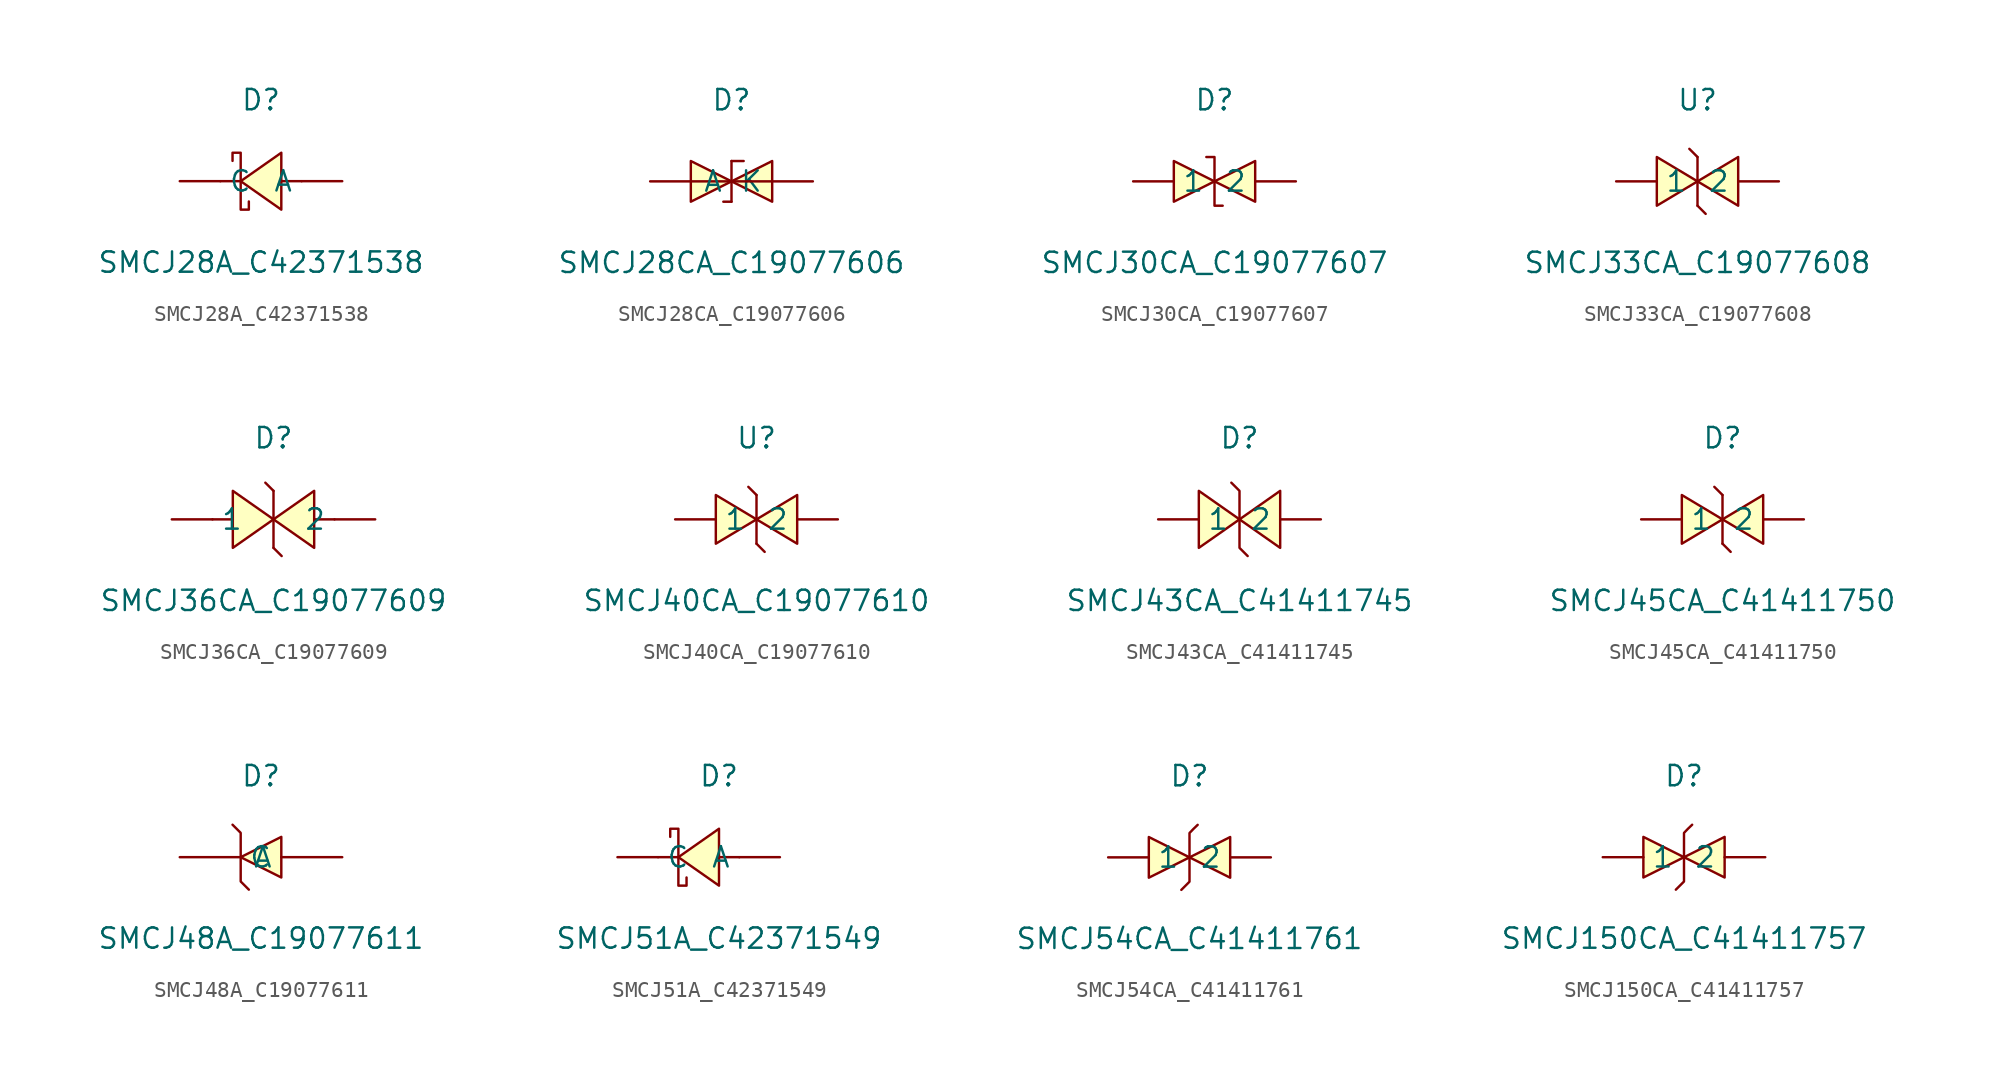
<source format=kicad_sym>
(kicad_symbol_lib
  (version 20241209)
  (generator "kicad_symbol_editor")
  (generator_version "9.0")
  (symbol "SMCJ28A_C42371538"
    (pin_numbers
      (hide yes))
    (property "Reference" "D"
      (at 0 5.08 0)
      (effects (font (size 1.27 1.27))))
    (property "Value" "SMCJ28A_C42371538"
      (at 0 -5.08 0)
      (effects (font (size 1.27 1.27))))
    (symbol "SMCJ28A_C42371538_0_1"
      (polyline (pts (xy -1.78 1.27) (xy -1.78 1.78) (xy -1.27 1.78) (xy -1.27 -1.78) (xy -0.76 -1.78) (xy -0.76 -1.27)) (stroke (width 0) (type default)) (fill (type none)))
      (polyline (pts (xy -1.27 0) (xy -2.54 0)) (stroke (width 0) (type default)) (fill (type none)))
      (polyline (pts (xy 1.27 1.78) (xy -1.27 0) (xy 1.27 -1.78) (xy 1.27 1.78)) (stroke (width 0) (type default)) (fill (type background)))
      (polyline (pts (xy 2.54 0) (xy 1.27 0)) (stroke (width 0) (type default)) (fill (type none)))
      (pin unspecified line (at -5.08 0 0) (length 2.54) (name "C" (effects (font (size 1.27 1.27)))) (number "1" (effects (font (size 1.27 1.27)))))
      (pin unspecified line (at 5.08 0 180) (length 2.54) (name "A" (effects (font (size 1.27 1.27)))) (number "2" (effects (font (size 1.27 1.27)))))))
  (symbol "SMCJ28CA_C19077606"
    (pin_numbers
      (hide yes))
    (property "Reference" "D"
      (at 0 5.08 0)
      (effects (font (size 1.27 1.27))))
    (property "Value" "SMCJ28CA_C19077606"
      (at 0 -5.08 0)
      (effects (font (size 1.27 1.27))))
    (symbol "SMCJ28CA_C19077606_0_1"
      (polyline (pts (xy -2.54 1.27) (xy 0 0) (xy -2.54 -1.27) (xy -2.54 1.27)) (stroke (width 0) (type default)) (fill (type background)))
      (polyline (pts (xy -0.51 -1.27) (xy 0 -1.27)) (stroke (width 0) (type default)) (fill (type none)))
      (polyline (pts (xy 0 1.27) (xy 0.76 1.27)) (stroke (width 0) (type default)) (fill (type none)))
      (polyline (pts (xy 0 0) (xy 0 1.27)) (stroke (width 0) (type default)) (fill (type none)))
      (polyline (pts (xy 0 -1.27) (xy 0 0)) (stroke (width 0) (type default)) (fill (type none)))
      (polyline (pts (xy 2.54 1.27) (xy 0 0) (xy 2.54 -1.27) (xy 2.54 1.27)) (stroke (width 0) (type default)) (fill (type background)))
      (pin unspecified line (at -5.08 0 0) (length 5.08) (name "K" (effects (font (size 1.27 1.27)))) (number "1" (effects (font (size 1.27 1.27)))))
      (pin unspecified line (at 5.08 0 180) (length 5.08) (name "A" (effects (font (size 1.27 1.27)))) (number "2" (effects (font (size 1.27 1.27)))))))
  (symbol "SMCJ30CA_C19077607"
    (pin_numbers
      (hide yes))
    (property "Reference" "D"
      (at 0 5.08 0)
      (effects (font (size 1.27 1.27))))
    (property "Value" "SMCJ30CA_C19077607"
      (at 0 -5.08 0)
      (effects (font (size 1.27 1.27))))
    (symbol "SMCJ30CA_C19077607_0_1"
      (polyline (pts (xy -2.54 1.27) (xy 0 0) (xy -2.54 -1.27) (xy -2.54 1.27)) (stroke (width 0) (type default)) (fill (type background)))
      (polyline (pts (xy -0.51 1.52) (xy -0.51 1.52) (xy 0 1.52) (xy 0 -1.52) (xy 0.51 -1.52) (xy 0.51 -1.52)) (stroke (width 0) (type default)) (fill (type none)))
      (polyline (pts (xy 2.54 1.27) (xy 0 0) (xy 2.54 -1.27) (xy 2.54 1.27)) (stroke (width 0) (type default)) (fill (type background)))
      (pin unspecified line (at -5.08 0 0) (length 2.54) (name "1" (effects (font (size 1.27 1.27)))) (number "1" (effects (font (size 1.27 1.27)))))
      (pin unspecified line (at 5.08 0 180) (length 2.54) (name "2" (effects (font (size 1.27 1.27)))) (number "2" (effects (font (size 1.27 1.27)))))))
  (symbol "SMCJ33CA_C19077608"
    (pin_numbers
      (hide yes))
    (property "Reference" "U"
      (at 0 5.08 0)
      (effects (font (size 1.27 1.27))))
    (property "Value" "SMCJ33CA_C19077608"
      (at 0 -5.08 0)
      (effects (font (size 1.27 1.27))))
    (symbol "SMCJ33CA_C19077608_0_1"
      (polyline (pts (xy -2.54 1.52) (xy 0 0) (xy -2.54 -1.52) (xy -2.54 1.52)) (stroke (width 0) (type default)) (fill (type background)))
      (polyline (pts (xy 0 1.52) (xy -0.51 2.03) (xy 0 1.52)) (stroke (width 0) (type default)) (fill (type background)))
      (polyline (pts (xy 0 -1.52) (xy 0 1.52)) (stroke (width 0) (type default)) (fill (type none)))
      (polyline (pts (xy 0 -1.52) (xy 0.51 -2.03) (xy 0 -1.52)) (stroke (width 0) (type default)) (fill (type background)))
      (polyline (pts (xy 2.54 1.52) (xy 0 0) (xy 2.54 -1.52) (xy 2.54 1.52)) (stroke (width 0) (type default)) (fill (type background)))
      (pin unspecified line (at -5.08 0 0) (length 2.54) (name "1" (effects (font (size 1.27 1.27)))) (number "1" (effects (font (size 1.27 1.27)))))
      (pin unspecified line (at 5.08 0 180) (length 2.54) (name "2" (effects (font (size 1.27 1.27)))) (number "2" (effects (font (size 1.27 1.27)))))))
  (symbol "SMCJ36CA_C19077609"
    (pin_numbers
      (hide yes))
    (property "Reference" "D"
      (at 0 5.08 0)
      (effects (font (size 1.27 1.27))))
    (property "Value" "SMCJ36CA_C19077609"
      (at 0 -5.08 0)
      (effects (font (size 1.27 1.27))))
    (symbol "SMCJ36CA_C19077609_0_1"
      (polyline (pts (xy -2.54 0) (xy -3.81 0)) (stroke (width 0) (type default)) (fill (type none)))
      (polyline (pts (xy -2.54 -1.78) (xy 0 0) (xy -2.54 1.78) (xy -2.54 -1.78)) (stroke (width 0) (type default)) (fill (type background)))
      (polyline (pts (xy 0 1.78) (xy -0.51 2.29)) (stroke (width 0) (type default)) (fill (type none)))
      (polyline (pts (xy 0 1.78) (xy 0 -1.78)) (stroke (width 0) (type default)) (fill (type none)))
      (polyline (pts (xy 0 -1.78) (xy 0.51 -2.29)) (stroke (width 0) (type default)) (fill (type none)))
      (polyline (pts (xy 2.54 1.78) (xy 0 0) (xy 2.54 -1.78) (xy 2.54 1.78)) (stroke (width 0) (type default)) (fill (type background)))
      (polyline (pts (xy 3.81 0) (xy 2.54 0)) (stroke (width 0) (type default)) (fill (type none)))
      (pin unspecified line (at -6.35 0 0) (length 2.54) (name "1" (effects (font (size 1.27 1.27)))) (number "1" (effects (font (size 1.27 1.27)))))
      (pin unspecified line (at 6.35 0 180) (length 2.54) (name "2" (effects (font (size 1.27 1.27)))) (number "2" (effects (font (size 1.27 1.27)))))))
  (symbol "SMCJ40CA_C19077610"
    (pin_numbers
      (hide yes))
    (property "Reference" "U"
      (at 0 5.08 0)
      (effects (font (size 1.27 1.27))))
    (property "Value" "SMCJ40CA_C19077610"
      (at 0 -5.08 0)
      (effects (font (size 1.27 1.27))))
    (symbol "SMCJ40CA_C19077610_0_1"
      (polyline (pts (xy -2.54 1.52) (xy 0 0) (xy -2.54 -1.52) (xy -2.54 1.52)) (stroke (width 0) (type default)) (fill (type background)))
      (polyline (pts (xy 0 1.52) (xy -0.51 2.03) (xy 0 1.52)) (stroke (width 0) (type default)) (fill (type background)))
      (polyline (pts (xy 0 -1.52) (xy 0 1.52)) (stroke (width 0) (type default)) (fill (type none)))
      (polyline (pts (xy 0 -1.52) (xy 0.51 -2.03) (xy 0 -1.52)) (stroke (width 0) (type default)) (fill (type background)))
      (polyline (pts (xy 2.54 1.52) (xy 0 0) (xy 2.54 -1.52) (xy 2.54 1.52)) (stroke (width 0) (type default)) (fill (type background)))
      (pin unspecified line (at -5.08 0 0) (length 2.54) (name "1" (effects (font (size 1.27 1.27)))) (number "1" (effects (font (size 1.27 1.27)))))
      (pin unspecified line (at 5.08 0 180) (length 2.54) (name "2" (effects (font (size 1.27 1.27)))) (number "2" (effects (font (size 1.27 1.27)))))))
  (symbol "SMCJ43CA_C41411745"
    (pin_numbers
      (hide yes))
    (property "Reference" "D"
      (at 0 5.08 0)
      (effects (font (size 1.27 1.27))))
    (property "Value" "SMCJ43CA_C41411745"
      (at 0 -5.08 0)
      (effects (font (size 1.27 1.27))))
    (symbol "SMCJ43CA_C41411745_0_1"
      (polyline (pts (xy -2.54 -1.78) (xy 0 0) (xy -2.54 1.78) (xy -2.54 -1.78)) (stroke (width 0) (type default)) (fill (type background)))
      (polyline (pts (xy -0.51 2.29) (xy -0.51 2.29) (xy 0 1.78) (xy 0 -1.78) (xy 0.51 -2.29) (xy 0.51 -2.29)) (stroke (width 0) (type default)) (fill (type none)))
      (polyline (pts (xy 2.54 1.78) (xy 0 0) (xy 2.54 -1.78) (xy 2.54 1.78)) (stroke (width 0) (type default)) (fill (type background)))
      (pin unspecified line (at -5.08 0 0) (length 2.54) (name "1" (effects (font (size 1.27 1.27)))) (number "1" (effects (font (size 1.27 1.27)))))
      (pin unspecified line (at 5.08 0 180) (length 2.54) (name "2" (effects (font (size 1.27 1.27)))) (number "2" (effects (font (size 1.27 1.27)))))))
  (symbol "SMCJ45CA_C41411750"
    (pin_numbers
      (hide yes))
    (property "Reference" "D"
      (at 0 5.08 0)
      (effects (font (size 1.27 1.27))))
    (property "Value" "SMCJ45CA_C41411750"
      (at 0 -5.08 0)
      (effects (font (size 1.27 1.27))))
    (symbol "SMCJ45CA_C41411750_0_1"
      (polyline (pts (xy -2.54 1.52) (xy 0 0) (xy -2.54 -1.52) (xy -2.54 1.52)) (stroke (width 0) (type default)) (fill (type background)))
      (polyline (pts (xy 0 1.52) (xy -0.51 2.03) (xy 0 1.52)) (stroke (width 0) (type default)) (fill (type background)))
      (polyline (pts (xy 0 -1.52) (xy 0 1.52)) (stroke (width 0) (type default)) (fill (type none)))
      (polyline (pts (xy 0 -1.52) (xy 0.51 -2.03) (xy 0 -1.52)) (stroke (width 0) (type default)) (fill (type background)))
      (polyline (pts (xy 2.54 1.52) (xy 0 0) (xy 2.54 -1.52) (xy 2.54 1.52)) (stroke (width 0) (type default)) (fill (type background)))
      (pin unspecified line (at -5.08 0 0) (length 2.54) (name "1" (effects (font (size 1.27 1.27)))) (number "1" (effects (font (size 1.27 1.27)))))
      (pin unspecified line (at 5.08 0 180) (length 2.54) (name "2" (effects (font (size 1.27 1.27)))) (number "2" (effects (font (size 1.27 1.27)))))))
  (symbol "SMCJ48A_C19077611"
    (pin_numbers
      (hide yes))
    (property "Reference" "D"
      (at 0 5.08 0)
      (effects (font (size 1.27 1.27))))
    (property "Value" "SMCJ48A_C19077611"
      (at 0 -5.08 0)
      (effects (font (size 1.27 1.27))))
    (symbol "SMCJ48A_C19077611_0_1"
      (polyline (pts (xy -0.76 -2.03) (xy -0.76 -2.03) (xy -1.27 -1.52) (xy -1.27 1.52) (xy -1.78 2.03) (xy -1.78 2.03)) (stroke (width 0) (type default)) (fill (type none)))
      (polyline (pts (xy 1.27 -1.27) (xy -1.27 0) (xy 1.27 1.27) (xy 1.27 -1.27)) (stroke (width 0) (type default)) (fill (type background)))
      (pin unspecified line (at -5.08 0 0) (length 3.81) (name "C" (effects (font (size 1.27 1.27)))) (number "1" (effects (font (size 1.27 1.27)))))
      (pin unspecified line (at 5.08 0 180) (length 3.81) (name "A" (effects (font (size 1.27 1.27)))) (number "2" (effects (font (size 1.27 1.27)))))))
  (symbol "SMCJ51A_C42371549"
    (pin_numbers
      (hide yes))
    (property "Reference" "D"
      (at 0 5.08 0)
      (effects (font (size 1.27 1.27))))
    (property "Value" "SMCJ51A_C42371549"
      (at 0 -5.08 0)
      (effects (font (size 1.27 1.27))))
    (symbol "SMCJ51A_C42371549_0_1"
      (polyline (pts (xy -3.05 1.27) (xy -3.05 1.78) (xy -2.54 1.78) (xy -2.54 -1.78) (xy -2.03 -1.78) (xy -2.03 -1.27)) (stroke (width 0) (type default)) (fill (type none)))
      (polyline (pts (xy -2.54 0) (xy -3.81 0)) (stroke (width 0) (type default)) (fill (type none)))
      (polyline (pts (xy 0 1.78) (xy -2.54 0) (xy 0 -1.78) (xy 0 1.78)) (stroke (width 0) (type default)) (fill (type background)))
      (polyline (pts (xy 1.27 0) (xy 0 0)) (stroke (width 0) (type default)) (fill (type none)))
      (pin unspecified line (at -6.35 0 0) (length 2.54) (name "C" (effects (font (size 1.27 1.27)))) (number "1" (effects (font (size 1.27 1.27)))))
      (pin unspecified line (at 3.81 0 180) (length 2.54) (name "A" (effects (font (size 1.27 1.27)))) (number "2" (effects (font (size 1.27 1.27)))))))
  (symbol "SMCJ54CA_C41411761"
    (pin_numbers
      (hide yes))
    (property "Reference" "D"
      (at 0 5.08 0)
      (effects (font (size 1.27 1.27))))
    (property "Value" "SMCJ54CA_C41411761"
      (at 0 -5.08 0)
      (effects (font (size 1.27 1.27))))
    (symbol "SMCJ54CA_C41411761_0_1"
      (polyline (pts (xy -2.54 1.27) (xy 0 0) (xy -2.54 -1.27) (xy -2.54 1.27)) (stroke (width 0) (type default)) (fill (type background)))
      (polyline (pts (xy 0.51 2.03) (xy 0.25 1.78) (xy 0 1.52) (xy 0 -1.52) (xy -0.51 -2.03) (xy -0.51 -2.03)) (stroke (width 0) (type default)) (fill (type none)))
      (polyline (pts (xy 2.54 1.27) (xy 0 0) (xy 2.54 -1.27) (xy 2.54 1.27)) (stroke (width 0) (type default)) (fill (type background)))
      (pin unspecified line (at -5.08 0 0) (length 2.54) (name "1" (effects (font (size 1.27 1.27)))) (number "1" (effects (font (size 1.27 1.27)))))
      (pin unspecified line (at 5.08 0 180) (length 2.54) (name "2" (effects (font (size 1.27 1.27)))) (number "2" (effects (font (size 1.27 1.27)))))))
  (symbol "SMCJ150CA_C41411757"
    (pin_numbers
      (hide yes))
    (property "Reference" "D"
      (at 0 5.08 0)
      (effects (font (size 1.27 1.27))))
    (property "Value" "SMCJ150CA_C41411757"
      (at 0 -5.08 0)
      (effects (font (size 1.27 1.27))))
    (symbol "SMCJ150CA_C41411757_0_1"
      (polyline (pts (xy -2.54 1.27) (xy 0 0) (xy -2.54 -1.27) (xy -2.54 1.27)) (stroke (width 0) (type default)) (fill (type background)))
      (polyline (pts (xy 0.51 2.03) (xy 0.25 1.78) (xy 0 1.52) (xy 0 -1.52) (xy -0.51 -2.03) (xy -0.51 -2.03)) (stroke (width 0) (type default)) (fill (type none)))
      (polyline (pts (xy 2.54 1.27) (xy 0 0) (xy 2.54 -1.27) (xy 2.54 1.27)) (stroke (width 0) (type default)) (fill (type background)))
      (pin unspecified line (at -5.08 0 0) (length 2.54) (name "1" (effects (font (size 1.27 1.27)))) (number "1" (effects (font (size 1.27 1.27)))))
      (pin unspecified line (at 5.08 0 180) (length 2.54) (name "2" (effects (font (size 1.27 1.27)))) (number "2" (effects (font (size 1.27 1.27))))))))
</source>
